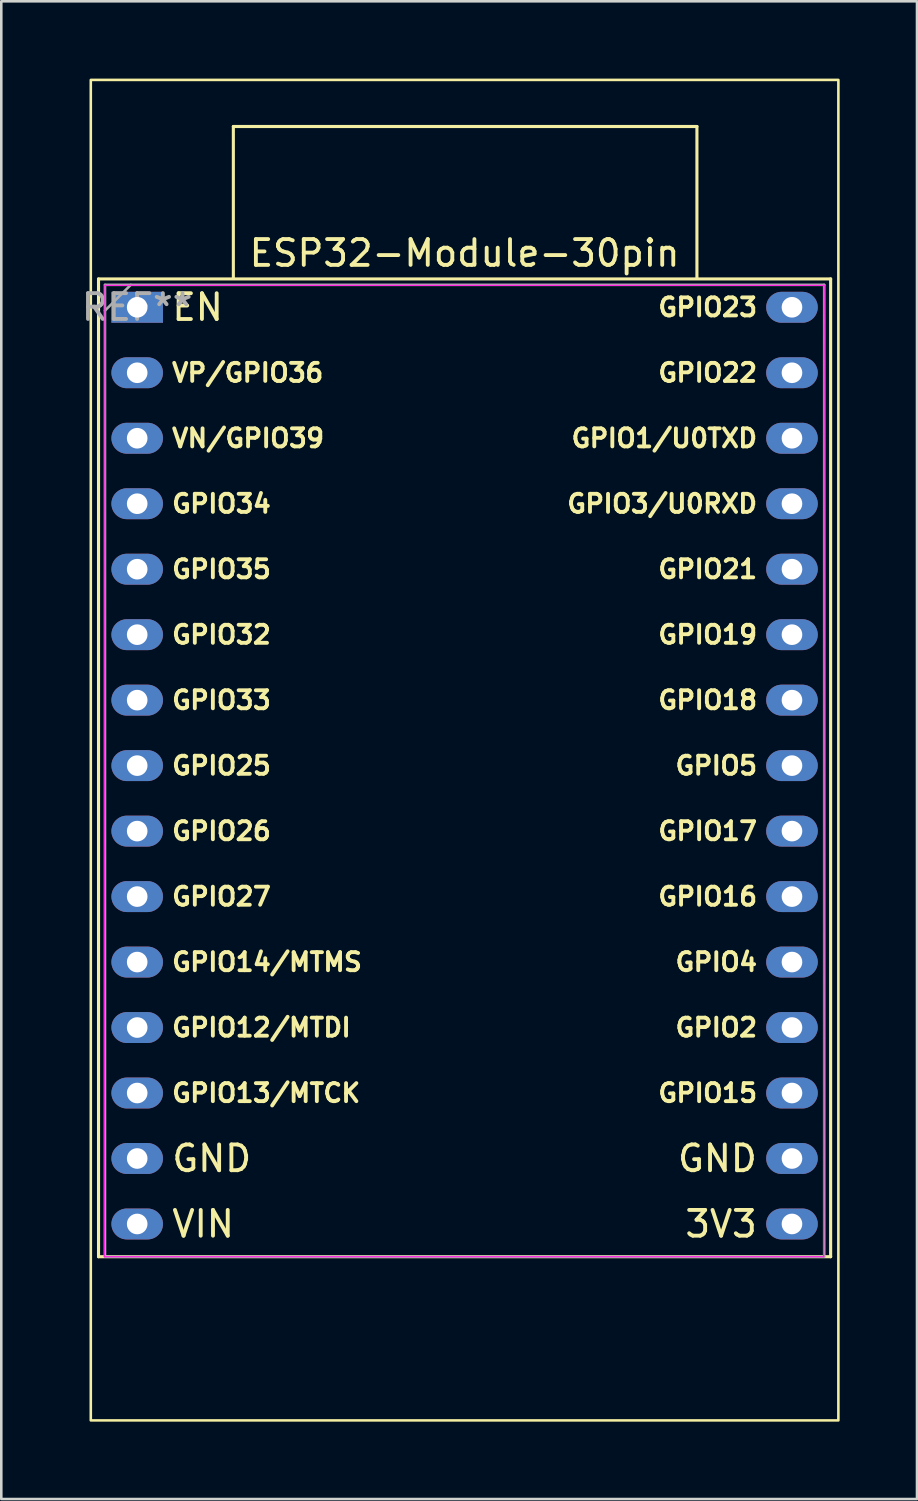
<source format=kicad_pcb>
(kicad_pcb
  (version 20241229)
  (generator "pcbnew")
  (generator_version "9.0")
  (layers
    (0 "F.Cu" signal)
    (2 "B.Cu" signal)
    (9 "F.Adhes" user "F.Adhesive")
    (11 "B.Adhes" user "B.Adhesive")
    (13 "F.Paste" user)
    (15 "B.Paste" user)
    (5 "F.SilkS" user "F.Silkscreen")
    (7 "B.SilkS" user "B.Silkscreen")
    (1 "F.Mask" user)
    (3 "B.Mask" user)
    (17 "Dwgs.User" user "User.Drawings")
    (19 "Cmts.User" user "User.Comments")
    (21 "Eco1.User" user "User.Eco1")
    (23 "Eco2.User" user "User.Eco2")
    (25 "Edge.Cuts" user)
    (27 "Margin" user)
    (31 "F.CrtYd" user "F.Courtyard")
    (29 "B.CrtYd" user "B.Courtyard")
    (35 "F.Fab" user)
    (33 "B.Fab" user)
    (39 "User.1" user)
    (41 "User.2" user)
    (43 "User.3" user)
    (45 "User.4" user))
  (footprint "ESP32-Module-30pin"
    (layer "F.Cu")
    (at 2.272 8.87)
    (property "Reference" "ESP32-Module-30pin" (at 12.7 -2.1 0) (layer "F.SilkS") (effects (font (size 1 1) (thickness 0.15))))
    (attr through_hole)
    (fp_line (start -1.5 36.83) (end 26.9 36.83) (stroke (width 0.12) (type solid)) (layer "F.SilkS"))
    (fp_line (start -1.5 -1.1) (end -1.5 36.83) (stroke (width 0.12) (type solid)) (layer "F.SilkS"))
    (fp_line (start 3.73 -7.013) (end 21.713 -7.013) (stroke (width 0.12) (type solid)) (layer "F.SilkS"))
    (fp_line (start 3.73 -1.12) (end 3.73 -7.013) (stroke (width 0.12) (type solid)) (layer "F.SilkS"))
    (fp_line (start 21.713 -7.013) (end 21.713 -1.12) (stroke (width 0.12) (type solid)) (layer "F.SilkS"))
    (fp_line (start 26.9 36.83) (end 26.9 -1.1) (stroke (width 0.12) (type solid)) (layer "F.SilkS"))
    (fp_line (start 26.9 -1.1) (end -1.5 -1.1) (stroke (width 0.12) (type solid)) (layer "F.SilkS"))
    (fp_rect (start -1.8 -8.82) (end 27.2 43.18) (stroke (width 0.1) (type default)) (fill no) (layer "F.SilkS"))
    (fp_line (start -1.27 36.83) (end -1.25 -0.85) (stroke (width 0.05) (type solid)) (layer "F.CrtYd"))
    (fp_line (start -1.25 -0.85) (end 26.65 -0.85) (stroke (width 0.05) (type solid)) (layer "F.CrtYd"))
    (fp_line (start 26.63 36.83) (end -1.27 36.83) (stroke (width 0.05) (type solid)) (layer "F.CrtYd"))
    (fp_line (start 26.65 -0.85) (end 26.63 36.83) (stroke (width 0.05) (type solid)) (layer "F.CrtYd"))
    (fp_line (start -1.25 -0.87) (end 26.65 -0.87) (stroke (width 0.1) (type solid)) (layer "F.Fab"))
    (fp_line (start -1.25 36.83) (end -1.25 -0.87) (stroke (width 0.1) (type solid)) (layer "F.Fab"))
    (fp_line (start -0.25 -0.87) (end -1.25 0.13) (stroke (width 0.1) (type solid)) (layer "F.Fab"))
    (fp_line (start 26.65 -0.87) (end 26.65 36.83) (stroke (width 0.1) (type solid)) (layer "F.Fab"))
    (fp_line (start 26.65 36.83) (end -1.25 36.83) (stroke (width 0.1) (type solid)) (layer "F.Fab"))
    (fp_text user "GPIO22" (at 24.13 2.54 0) (unlocked yes) (layer "F.SilkS") (effects (font (size 0.7 0.7) (thickness 0.15)) (justify right)))
    (fp_text user "GPIO5" (at 24.13 17.78 0) (unlocked yes) (layer "F.SilkS") (effects (font (size 0.7 0.7) (thickness 0.15)) (justify right)))
    (fp_text user "VP/GPIO36" (at 1.27 2.54 0) (unlocked yes) (layer "F.SilkS") (effects (font (size 0.7 0.7) (thickness 0.15)) (justify left)))
    (fp_text user "GPIO1/U0TXD" (at 24.13 5.08 0) (unlocked yes) (layer "F.SilkS") (effects (font (size 0.7 0.7) (thickness 0.15)) (justify right)))
    (fp_text user "3V3" (at 24.13 35.56 0) (unlocked yes) (layer "F.SilkS") (effects (font (size 1 1) (thickness 0.15)) (justify right)))
    (fp_text user "GPIO2" (at 24.13 27.94 0) (unlocked yes) (layer "F.SilkS") (effects (font (size 0.7 0.7) (thickness 0.15)) (justify right)))
    (fp_text user "VIN" (at 1.27 35.56 0) (unlocked yes) (layer "F.SilkS") (effects (font (size 1 1) (thickness 0.15)) (justify left)))
    (fp_text user "GPIO14/MTMS" (at 1.27 25.4 0) (unlocked yes) (layer "F.SilkS") (effects (font (size 0.7 0.7) (thickness 0.15)) (justify left)))
    (fp_text user "GPIO32" (at 1.27 12.7 0) (unlocked yes) (layer "F.SilkS") (effects (font (size 0.7 0.7) (thickness 0.15)) (justify left)))
    (fp_text user "GPIO34" (at 1.27 7.62 0) (unlocked yes) (layer "F.SilkS") (effects (font (size 0.7 0.7) (thickness 0.15)) (justify left)))
    (fp_text user "GPIO13/MTCK" (at 1.27 30.48 0) (unlocked yes) (layer "F.SilkS") (effects (font (size 0.7 0.7) (thickness 0.15)) (justify left)))
    (fp_text user "EN" (at 1.27 0 0) (unlocked yes) (layer "F.SilkS") (effects (font (size 1 1) (thickness 0.15)) (justify left)))
    (fp_text user "GPIO35" (at 1.27 10.16 0) (unlocked yes) (layer "F.SilkS") (effects (font (size 0.7 0.7) (thickness 0.15)) (justify left)))
    (fp_text user "GPIO15" (at 24.13 30.48 0) (unlocked yes) (layer "F.SilkS") (effects (font (size 0.7 0.7) (thickness 0.15)) (justify right)))
    (fp_text user "GPIO18" (at 24.13 15.24 0) (unlocked yes) (layer "F.SilkS") (effects (font (size 0.7 0.7) (thickness 0.15)) (justify right)))
    (fp_text user "GPIO4" (at 24.13 25.4 0) (unlocked yes) (layer "F.SilkS") (effects (font (size 0.7 0.7) (thickness 0.15)) (justify right)))
    (fp_text user "GPIO19" (at 24.13 12.7 0) (unlocked yes) (layer "F.SilkS") (effects (font (size 0.7 0.7) (thickness 0.15)) (justify right)))
    (fp_text user "GPIO12/MTDI" (at 1.27 27.94 0) (unlocked yes) (layer "F.SilkS") (effects (font (size 0.7 0.7) (thickness 0.15)) (justify left)))
    (fp_text user "GPIO3/U0RXD" (at 24.13 7.62 0) (unlocked yes) (layer "F.SilkS") (effects (font (size 0.7 0.7) (thickness 0.15)) (justify right)))
    (fp_text user "GPIO23" (at 24.13 0 0) (unlocked yes) (layer "F.SilkS") (effects (font (size 0.7 0.7) (thickness 0.15)) (justify right)))
    (fp_text user "GPIO33" (at 1.27 15.24 0) (unlocked yes) (layer "F.SilkS") (effects (font (size 0.7 0.7) (thickness 0.15)) (justify left)))
    (fp_text user "GPIO26" (at 1.27 20.32 0) (unlocked yes) (layer "F.SilkS") (effects (font (size 0.7 0.7) (thickness 0.15)) (justify left)))
    (fp_text user "GND" (at 1.27 33.02 0) (unlocked yes) (layer "F.SilkS") (effects (font (size 1 1) (thickness 0.15)) (justify left)))
    (fp_text user "GPIO16" (at 24.13 22.86 0) (unlocked yes) (layer "F.SilkS") (effects (font (size 0.7 0.7) (thickness 0.15)) (justify right)))
    (fp_text user "GND" (at 24.13 33.02 0) (unlocked yes) (layer "F.SilkS") (effects (font (size 1 1) (thickness 0.15)) (justify right)))
    (fp_text user "GPIO17" (at 24.13 20.32 0) (unlocked yes) (layer "F.SilkS") (effects (font (size 0.7 0.7) (thickness 0.15)) (justify right)))
    (fp_text user "GPIO21" (at 24.13 10.16 0) (unlocked yes) (layer "F.SilkS") (effects (font (size 0.7 0.7) (thickness 0.15)) (justify right)))
    (fp_text user "VN/GPIO39" (at 1.27 5.08 0) (unlocked yes) (layer "F.SilkS") (effects (font (size 0.7 0.7) (thickness 0.15)) (justify left)))
    (fp_text user "GPIO27" (at 1.27 22.86 0) (unlocked yes) (layer "F.SilkS") (effects (font (size 0.7 0.7) (thickness 0.15)) (justify left)))
    (fp_text user "GPIO25" (at 1.27 17.78 0) (unlocked yes) (layer "F.SilkS") (effects (font (size 0.7 0.7) (thickness 0.15)) (justify left)))
    (fp_text user "REF**" (at -0.004 -0.003 0) (layer "F.Fab") (effects (font (size 1 1) (thickness 0.15))))
    (pad "1" thru_hole rect (at 0 0 270) (size 1.2 2) (drill 0.8) (layers "*.Cu" "*.Mask"))
    (pad "2" thru_hole oval (at 0 2.54 270) (size 1.2 2) (drill 0.8) (layers "*.Cu" "*.Mask"))
    (pad "3" thru_hole oval (at 0 5.08 270) (size 1.2 2) (drill 0.8) (layers "*.Cu" "*.Mask"))
    (pad "4" thru_hole oval (at 0 7.62 270) (size 1.2 2) (drill 0.8) (layers "*.Cu" "*.Mask"))
    (pad "5" thru_hole oval (at 0 10.16 270) (size 1.2 2) (drill 0.8) (layers "*.Cu" "*.Mask"))
    (pad "6" thru_hole oval (at 0 12.7 270) (size 1.2 2) (drill 0.8) (layers "*.Cu" "*.Mask"))
    (pad "7" thru_hole oval (at 0 15.24 270) (size 1.2 2) (drill 0.8) (layers "*.Cu" "*.Mask"))
    (pad "8" thru_hole oval (at 0 17.78 270) (size 1.2 2) (drill 0.8) (layers "*.Cu" "*.Mask"))
    (pad "9" thru_hole oval (at 0 20.32 270) (size 1.2 2) (drill 0.8) (layers "*.Cu" "*.Mask"))
    (pad "10" thru_hole oval (at 0 22.86 270) (size 1.2 2) (drill 0.8) (layers "*.Cu" "*.Mask"))
    (pad "11" thru_hole oval (at 0 25.4 270) (size 1.2 2) (drill 0.8) (layers "*.Cu" "*.Mask"))
    (pad "12" thru_hole oval (at 0 27.94 270) (size 1.2 2) (drill 0.8) (layers "*.Cu" "*.Mask"))
    (pad "13" thru_hole oval (at 0 30.48 270) (size 1.2 2) (drill 0.8) (layers "*.Cu" "*.Mask"))
    (pad "14" thru_hole oval (at 0 33.02 270) (size 1.2 2) (drill 0.8) (layers "*.Cu" "*.Mask"))
    (pad "15" thru_hole oval (at 0 35.56 270) (size 1.2 2) (drill 0.8) (layers "*.Cu" "*.Mask"))
    (pad "16" thru_hole oval (at 25.4 35.56 270) (size 1.2 2) (drill 0.8) (layers "*.Cu" "*.Mask"))
    (pad "17" thru_hole oval (at 25.4 33.02 270) (size 1.2 2) (drill 0.8) (layers "*.Cu" "*.Mask"))
    (pad "18" thru_hole oval (at 25.4 30.48 270) (size 1.2 2) (drill 0.8) (layers "*.Cu" "*.Mask"))
    (pad "19" thru_hole oval (at 25.4 27.94 270) (size 1.2 2) (drill 0.8) (layers "*.Cu" "*.Mask"))
    (pad "20" thru_hole oval (at 25.4 25.4 270) (size 1.2 2) (drill 0.8) (layers "*.Cu" "*.Mask"))
    (pad "21" thru_hole oval (at 25.4 22.86 270) (size 1.2 2) (drill 0.8) (layers "*.Cu" "*.Mask"))
    (pad "22" thru_hole oval (at 25.4 20.32 270) (size 1.2 2) (drill 0.8) (layers "*.Cu" "*.Mask"))
    (pad "23" thru_hole oval (at 25.4 17.78 270) (size 1.2 2) (drill 0.8) (layers "*.Cu" "*.Mask"))
    (pad "24" thru_hole oval (at 25.4 15.24 270) (size 1.2 2) (drill 0.8) (layers "*.Cu" "*.Mask"))
    (pad "25" thru_hole oval (at 25.4 12.7 270) (size 1.2 2) (drill 0.8) (layers "*.Cu" "*.Mask"))
    (pad "26" thru_hole oval (at 25.4 10.16 270) (size 1.2 2) (drill 0.8) (layers "*.Cu" "*.Mask"))
    (pad "27" thru_hole oval (at 25.4 7.62 270) (size 1.2 2) (drill 0.8) (layers "*.Cu" "*.Mask"))
    (pad "28" thru_hole oval (at 25.4 5.08 270) (size 1.2 2) (drill 0.8) (layers "*.Cu" "*.Mask"))
    (pad "29" thru_hole oval (at 25.4 2.54 270) (size 1.2 2) (drill 0.8) (layers "*.Cu" "*.Mask"))
    (pad "30" thru_hole oval (at 25.4 0 270) (size 1.2 2) (drill 0.8) (layers "*.Cu" "*.Mask")))
  (gr_rect
    (start -3 -3)
    (end 32.522 55.1)
    (stroke (width 0.1) (type default))
    (fill no)
    (layer "Edge.Cuts")))
</source>
